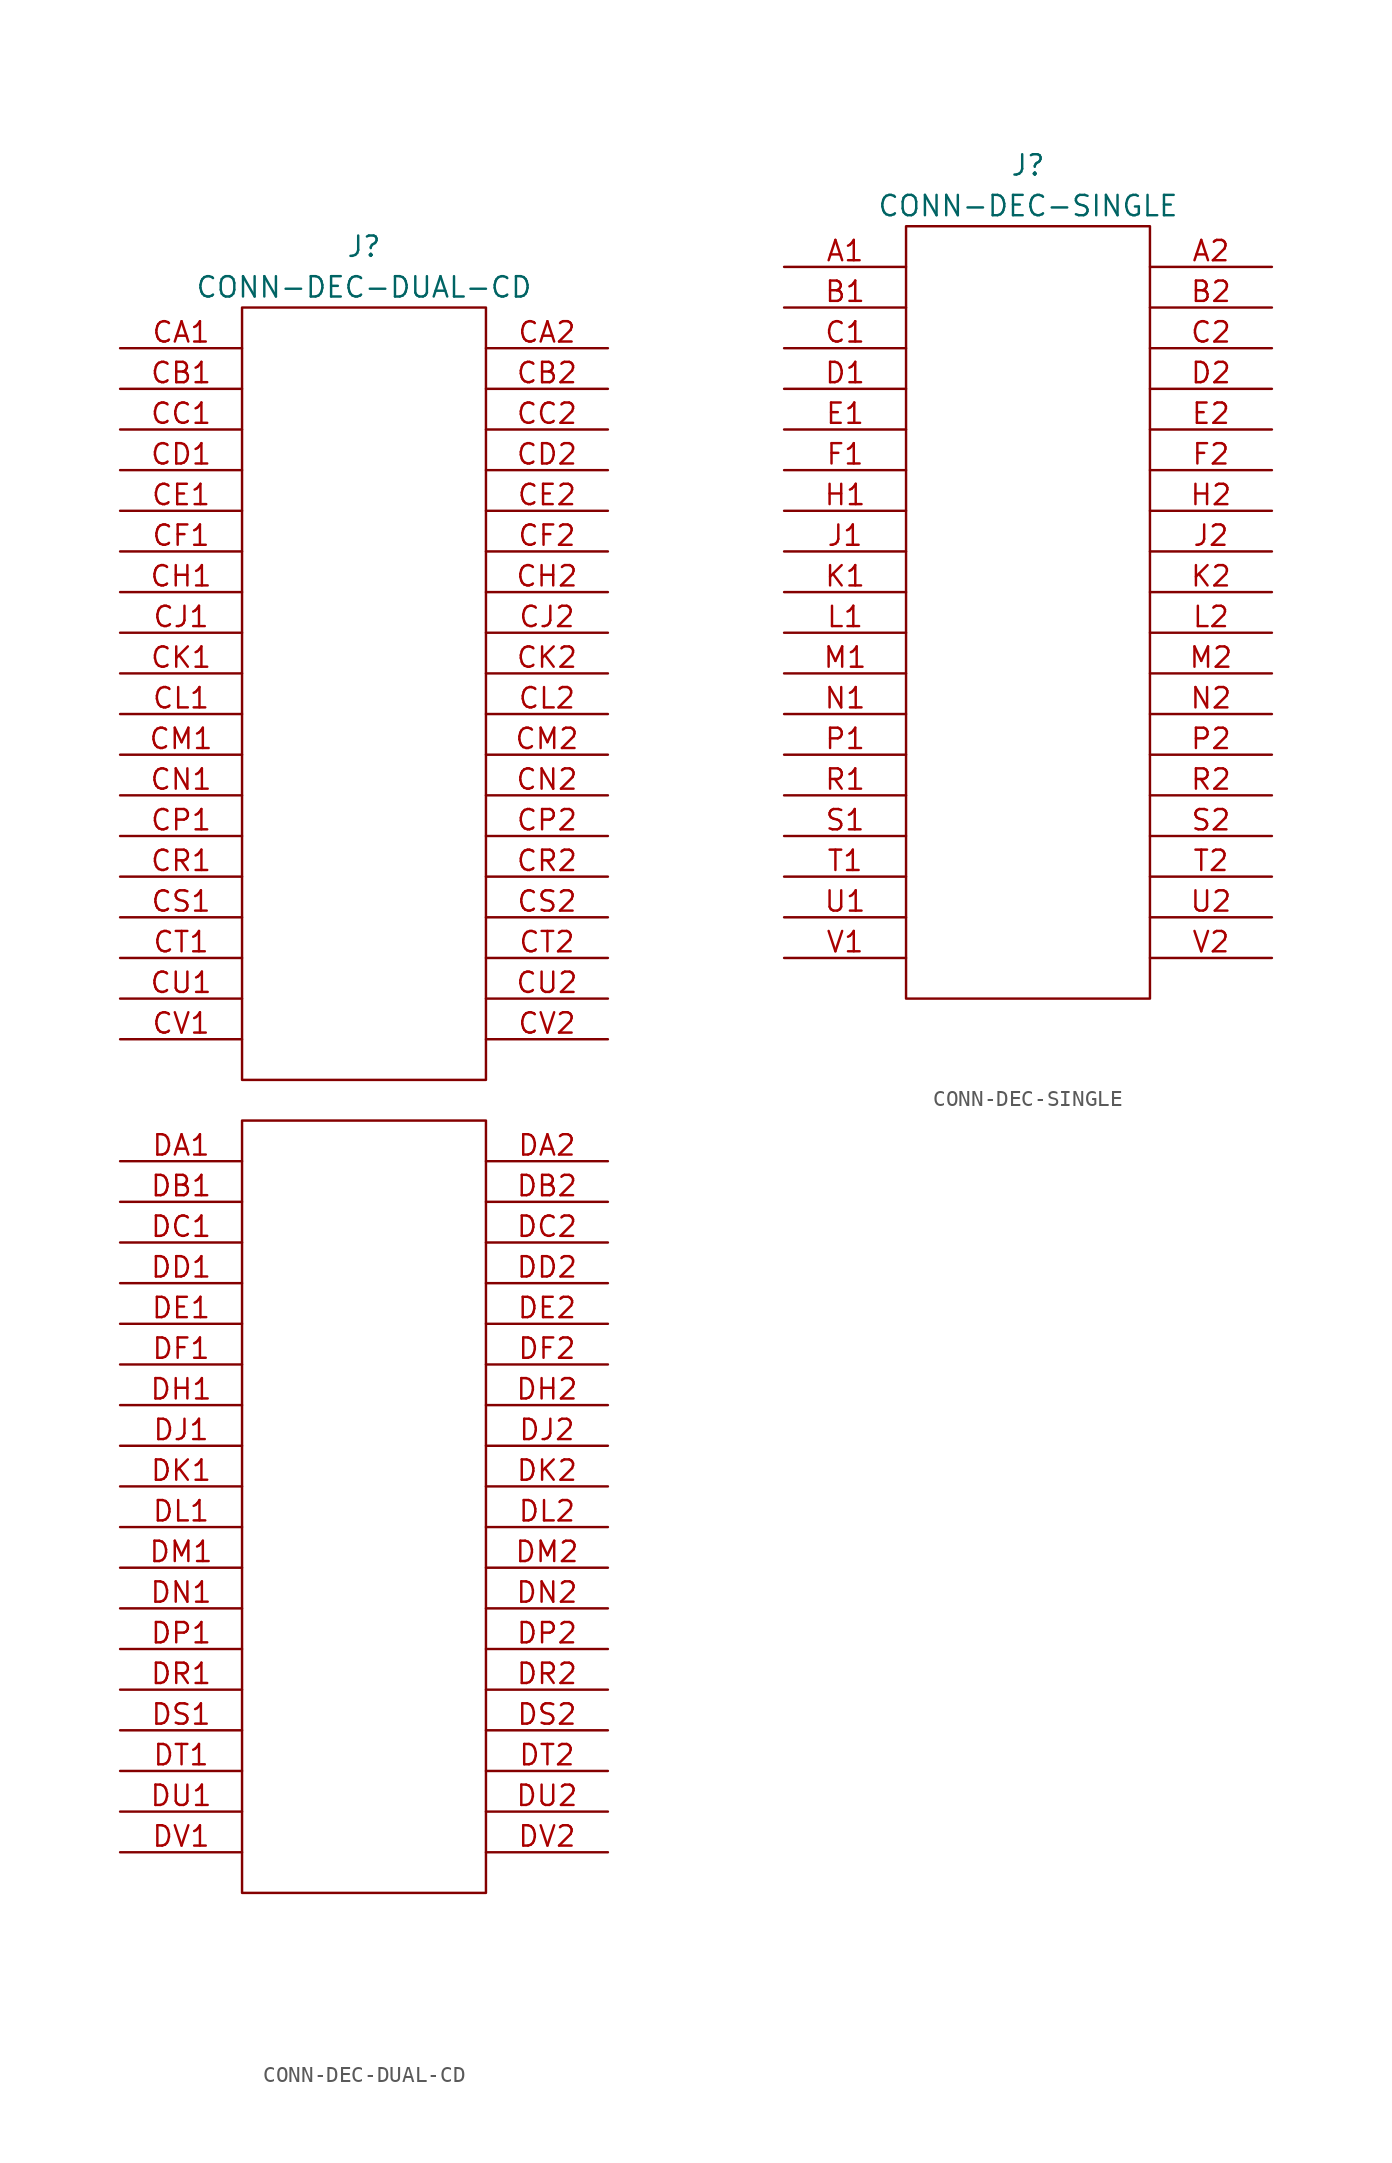
<source format=kicad_sym>
(kicad_symbol_lib
  (version 20220914)
  (generator kicad_symbol_editor)
  (symbol "CONN-DEC-DUAL-CD"
    (pin_names
      (offset 1.016) hide)
    (property "Reference" "J"
      (at 0 26.67 0)
      (effects (font (size 1.27 1.27))))
    (property "Value" "CONN-DEC-DUAL-CD"
      (at 0 24.13 0)
      (effects (font (size 1.27 1.27))))
    (property "Footprint" ""
      (at -5.08 24.13 0)
      (effects (font (size 1.524 1.524))))
    (property "Datasheet" ""
      (at -5.08 24.13 0)
      (effects (font (size 1.524 1.524))))
    (symbol "CONN-DEC-DUAL-CD_0_0"
      (rectangle (start -7.62 -76.2) (end 7.62 -27.94) (stroke (width 0) (type solid)) (fill (type none)))
      (rectangle (start -7.62 -25.4) (end 7.62 22.86) (stroke (width 0) (type solid)) (fill (type none))))
    (symbol "CONN-DEC-DUAL-CD_1_1"
      (pin passive line (at -15.24 20.32 0) (length 7.62) (name "~" (effects (font (size 1.27 1.27)))) (number "CA1" (effects (font (size 1.27 1.27)))))
      (pin passive line (at 15.24 20.32 180) (length 7.62) (name "~" (effects (font (size 1.27 1.27)))) (number "CA2" (effects (font (size 1.27 1.27)))))
      (pin passive line (at -15.24 17.78 0) (length 7.62) (name "~" (effects (font (size 1.27 1.27)))) (number "CB1" (effects (font (size 1.27 1.27)))))
      (pin passive line (at 15.24 17.78 180) (length 7.62) (name "~" (effects (font (size 1.27 1.27)))) (number "CB2" (effects (font (size 1.27 1.27)))))
      (pin passive line (at -15.24 15.24 0) (length 7.62) (name "~" (effects (font (size 1.27 1.27)))) (number "CC1" (effects (font (size 1.27 1.27)))))
      (pin passive line (at 15.24 15.24 180) (length 7.62) (name "~" (effects (font (size 1.27 1.27)))) (number "CC2" (effects (font (size 1.27 1.27)))))
      (pin passive line (at -15.24 12.7 0) (length 7.62) (name "~" (effects (font (size 1.27 1.27)))) (number "CD1" (effects (font (size 1.27 1.27)))))
      (pin passive line (at 15.24 12.7 180) (length 7.62) (name "~" (effects (font (size 1.27 1.27)))) (number "CD2" (effects (font (size 1.27 1.27)))))
      (pin passive line (at -15.24 10.16 0) (length 7.62) (name "~" (effects (font (size 1.27 1.27)))) (number "CE1" (effects (font (size 1.27 1.27)))))
      (pin passive line (at 15.24 10.16 180) (length 7.62) (name "~" (effects (font (size 1.27 1.27)))) (number "CE2" (effects (font (size 1.27 1.27)))))
      (pin passive line (at -15.24 7.62 0) (length 7.62) (name "~" (effects (font (size 1.27 1.27)))) (number "CF1" (effects (font (size 1.27 1.27)))))
      (pin passive line (at 15.24 7.62 180) (length 7.62) (name "~" (effects (font (size 1.27 1.27)))) (number "CF2" (effects (font (size 1.27 1.27)))))
      (pin passive line (at -15.24 5.08 0) (length 7.62) (name "~" (effects (font (size 1.27 1.27)))) (number "CH1" (effects (font (size 1.27 1.27)))))
      (pin passive line (at 15.24 5.08 180) (length 7.62) (name "~" (effects (font (size 1.27 1.27)))) (number "CH2" (effects (font (size 1.27 1.27)))))
      (pin passive line (at -15.24 2.54 0) (length 7.62) (name "~" (effects (font (size 1.27 1.27)))) (number "CJ1" (effects (font (size 1.27 1.27)))))
      (pin input line (at 15.24 2.54 180) (length 7.62) (name "~" (effects (font (size 1.27 1.27)))) (number "CJ2" (effects (font (size 1.27 1.27)))))
      (pin passive line (at -15.24 0 0) (length 7.62) (name "~" (effects (font (size 1.27 1.27)))) (number "CK1" (effects (font (size 1.27 1.27)))))
      (pin passive line (at 15.24 0 180) (length 7.62) (name "~" (effects (font (size 1.27 1.27)))) (number "CK2" (effects (font (size 1.27 1.27)))))
      (pin passive line (at -15.24 -2.54 0) (length 7.62) (name "~" (effects (font (size 1.27 1.27)))) (number "CL1" (effects (font (size 1.27 1.27)))))
      (pin passive line (at 15.24 -2.54 180) (length 7.62) (name "~" (effects (font (size 1.27 1.27)))) (number "CL2" (effects (font (size 1.27 1.27)))))
      (pin passive line (at -15.24 -5.08 0) (length 7.62) (name "~" (effects (font (size 1.27 1.27)))) (number "CM1" (effects (font (size 1.27 1.27)))))
      (pin passive line (at 15.24 -5.08 180) (length 7.62) (name "~" (effects (font (size 1.27 1.27)))) (number "CM2" (effects (font (size 1.27 1.27)))))
      (pin passive line (at -15.24 -7.62 0) (length 7.62) (name "~" (effects (font (size 1.27 1.27)))) (number "CN1" (effects (font (size 1.27 1.27)))))
      (pin passive line (at 15.24 -7.62 180) (length 7.62) (name "~" (effects (font (size 1.27 1.27)))) (number "CN2" (effects (font (size 1.27 1.27)))))
      (pin passive line (at -15.24 -10.16 0) (length 7.62) (name "~" (effects (font (size 1.27 1.27)))) (number "CP1" (effects (font (size 1.27 1.27)))))
      (pin passive line (at 15.24 -10.16 180) (length 7.62) (name "~" (effects (font (size 1.27 1.27)))) (number "CP2" (effects (font (size 1.27 1.27)))))
      (pin passive line (at -15.24 -12.7 0) (length 7.62) (name "~" (effects (font (size 1.27 1.27)))) (number "CR1" (effects (font (size 1.27 1.27)))))
      (pin passive line (at 15.24 -12.7 180) (length 7.62) (name "~" (effects (font (size 1.27 1.27)))) (number "CR2" (effects (font (size 1.27 1.27)))))
      (pin passive line (at -15.24 -15.24 0) (length 7.62) (name "~" (effects (font (size 1.27 1.27)))) (number "CS1" (effects (font (size 1.27 1.27)))))
      (pin passive line (at 15.24 -15.24 180) (length 7.62) (name "~" (effects (font (size 1.27 1.27)))) (number "CS2" (effects (font (size 1.27 1.27)))))
      (pin passive line (at -15.24 -17.78 0) (length 7.62) (name "~" (effects (font (size 1.27 1.27)))) (number "CT1" (effects (font (size 1.27 1.27)))))
      (pin passive line (at 15.24 -17.78 180) (length 7.62) (name "~" (effects (font (size 1.27 1.27)))) (number "CT2" (effects (font (size 1.27 1.27)))))
      (pin passive line (at -15.24 -20.32 0) (length 7.62) (name "~" (effects (font (size 1.27 1.27)))) (number "CU1" (effects (font (size 1.27 1.27)))))
      (pin passive line (at 15.24 -20.32 180) (length 7.62) (name "~" (effects (font (size 1.27 1.27)))) (number "CU2" (effects (font (size 1.27 1.27)))))
      (pin passive line (at -15.24 -22.86 0) (length 7.62) (name "~" (effects (font (size 1.27 1.27)))) (number "CV1" (effects (font (size 1.27 1.27)))))
      (pin passive line (at 15.24 -22.86 180) (length 7.62) (name "~" (effects (font (size 1.27 1.27)))) (number "CV2" (effects (font (size 1.27 1.27)))))
      (pin passive line (at -15.24 -30.48 0) (length 7.62) (name "~" (effects (font (size 1.27 1.27)))) (number "DA1" (effects (font (size 1.27 1.27)))))
      (pin passive line (at 15.24 -30.48 180) (length 7.62) (name "~" (effects (font (size 1.27 1.27)))) (number "DA2" (effects (font (size 1.27 1.27)))))
      (pin passive line (at -15.24 -33.02 0) (length 7.62) (name "~" (effects (font (size 1.27 1.27)))) (number "DB1" (effects (font (size 1.27 1.27)))))
      (pin passive line (at 15.24 -33.02 180) (length 7.62) (name "~" (effects (font (size 1.27 1.27)))) (number "DB2" (effects (font (size 1.27 1.27)))))
      (pin passive line (at -15.24 -35.56 0) (length 7.62) (name "~" (effects (font (size 1.27 1.27)))) (number "DC1" (effects (font (size 1.27 1.27)))))
      (pin passive line (at 15.24 -35.56 180) (length 7.62) (name "~" (effects (font (size 1.27 1.27)))) (number "DC2" (effects (font (size 1.27 1.27)))))
      (pin passive line (at -15.24 -38.1 0) (length 7.62) (name "~" (effects (font (size 1.27 1.27)))) (number "DD1" (effects (font (size 1.27 1.27)))))
      (pin passive line (at 15.24 -38.1 180) (length 7.62) (name "~" (effects (font (size 1.27 1.27)))) (number "DD2" (effects (font (size 1.27 1.27)))))
      (pin passive line (at -15.24 -40.64 0) (length 7.62) (name "~" (effects (font (size 1.27 1.27)))) (number "DE1" (effects (font (size 1.27 1.27)))))
      (pin passive line (at 15.24 -40.64 180) (length 7.62) (name "~" (effects (font (size 1.27 1.27)))) (number "DE2" (effects (font (size 1.27 1.27)))))
      (pin passive line (at -15.24 -43.18 0) (length 7.62) (name "~" (effects (font (size 1.27 1.27)))) (number "DF1" (effects (font (size 1.27 1.27)))))
      (pin passive line (at 15.24 -43.18 180) (length 7.62) (name "~" (effects (font (size 1.27 1.27)))) (number "DF2" (effects (font (size 1.27 1.27)))))
      (pin passive line (at -15.24 -45.72 0) (length 7.62) (name "~" (effects (font (size 1.27 1.27)))) (number "DH1" (effects (font (size 1.27 1.27)))))
      (pin passive line (at 15.24 -45.72 180) (length 7.62) (name "~" (effects (font (size 1.27 1.27)))) (number "DH2" (effects (font (size 1.27 1.27)))))
      (pin passive line (at -15.24 -48.26 0) (length 7.62) (name "~" (effects (font (size 1.27 1.27)))) (number "DJ1" (effects (font (size 1.27 1.27)))))
      (pin passive line (at 15.24 -48.26 180) (length 7.62) (name "~" (effects (font (size 1.27 1.27)))) (number "DJ2" (effects (font (size 1.27 1.27)))))
      (pin passive line (at -15.24 -50.8 0) (length 7.62) (name "~" (effects (font (size 1.27 1.27)))) (number "DK1" (effects (font (size 1.27 1.27)))))
      (pin passive line (at 15.24 -50.8 180) (length 7.62) (name "~" (effects (font (size 1.27 1.27)))) (number "DK2" (effects (font (size 1.27 1.27)))))
      (pin passive line (at -15.24 -53.34 0) (length 7.62) (name "~" (effects (font (size 1.27 1.27)))) (number "DL1" (effects (font (size 1.27 1.27)))))
      (pin passive line (at 15.24 -53.34 180) (length 7.62) (name "~" (effects (font (size 1.27 1.27)))) (number "DL2" (effects (font (size 1.27 1.27)))))
      (pin passive line (at -15.24 -55.88 0) (length 7.62) (name "~" (effects (font (size 1.27 1.27)))) (number "DM1" (effects (font (size 1.27 1.27)))))
      (pin passive line (at 15.24 -55.88 180) (length 7.62) (name "~" (effects (font (size 1.27 1.27)))) (number "DM2" (effects (font (size 1.27 1.27)))))
      (pin passive line (at -15.24 -58.42 0) (length 7.62) (name "~" (effects (font (size 1.27 1.27)))) (number "DN1" (effects (font (size 1.27 1.27)))))
      (pin passive line (at 15.24 -58.42 180) (length 7.62) (name "~" (effects (font (size 1.27 1.27)))) (number "DN2" (effects (font (size 1.27 1.27)))))
      (pin passive line (at -15.24 -60.96 0) (length 7.62) (name "~" (effects (font (size 1.27 1.27)))) (number "DP1" (effects (font (size 1.27 1.27)))))
      (pin passive line (at 15.24 -60.96 180) (length 7.62) (name "~" (effects (font (size 1.27 1.27)))) (number "DP2" (effects (font (size 1.27 1.27)))))
      (pin passive line (at -15.24 -63.5 0) (length 7.62) (name "~" (effects (font (size 1.27 1.27)))) (number "DR1" (effects (font (size 1.27 1.27)))))
      (pin passive line (at 15.24 -63.5 180) (length 7.62) (name "~" (effects (font (size 1.27 1.27)))) (number "DR2" (effects (font (size 1.27 1.27)))))
      (pin passive line (at -15.24 -66.04 0) (length 7.62) (name "~" (effects (font (size 1.27 1.27)))) (number "DS1" (effects (font (size 1.27 1.27)))))
      (pin passive line (at 15.24 -66.04 180) (length 7.62) (name "~" (effects (font (size 1.27 1.27)))) (number "DS2" (effects (font (size 1.27 1.27)))))
      (pin passive line (at -15.24 -68.58 0) (length 7.62) (name "~" (effects (font (size 1.27 1.27)))) (number "DT1" (effects (font (size 1.27 1.27)))))
      (pin passive line (at 15.24 -68.58 180) (length 7.62) (name "~" (effects (font (size 1.27 1.27)))) (number "DT2" (effects (font (size 1.27 1.27)))))
      (pin passive line (at -15.24 -71.12 0) (length 7.62) (name "~" (effects (font (size 1.27 1.27)))) (number "DU1" (effects (font (size 1.27 1.27)))))
      (pin passive line (at 15.24 -71.12 180) (length 7.62) (name "~" (effects (font (size 1.27 1.27)))) (number "DU2" (effects (font (size 1.27 1.27)))))
      (pin passive line (at -15.24 -73.66 0) (length 7.62) (name "~" (effects (font (size 1.27 1.27)))) (number "DV1" (effects (font (size 1.27 1.27)))))
      (pin open_collector line (at 15.24 -73.66 180) (length 7.62) (name "~" (effects (font (size 1.27 1.27)))) (number "DV2" (effects (font (size 1.27 1.27)))))))
  (symbol "CONN-DEC-SINGLE"
    (pin_names
      (offset 1.016) hide)
    (property "Reference" "J"
      (at 0 26.67 0)
      (effects (font (size 1.27 1.27))))
    (property "Value" "CONN-DEC-SINGLE"
      (at 0 24.13 0)
      (effects (font (size 1.27 1.27))))
    (property "Footprint" ""
      (at -5.08 24.13 0)
      (effects (font (size 1.524 1.524))))
    (property "Datasheet" ""
      (at -5.08 24.13 0)
      (effects (font (size 1.524 1.524))))
    (symbol "CONN-DEC-SINGLE_0_0"
      (rectangle (start -7.62 -25.4) (end 7.62 22.86) (stroke (width 0) (type solid)) (fill (type none))))
    (symbol "CONN-DEC-SINGLE_1_1"
      (pin passive line (at -15.24 20.32 0) (length 7.62) (name "~" (effects (font (size 1.27 1.27)))) (number "A1" (effects (font (size 1.27 1.27)))))
      (pin passive line (at 15.24 20.32 180) (length 7.62) (name "~" (effects (font (size 1.27 1.27)))) (number "A2" (effects (font (size 1.27 1.27)))))
      (pin passive line (at -15.24 17.78 0) (length 7.62) (name "~" (effects (font (size 1.27 1.27)))) (number "B1" (effects (font (size 1.27 1.27)))))
      (pin passive line (at 15.24 17.78 180) (length 7.62) (name "~" (effects (font (size 1.27 1.27)))) (number "B2" (effects (font (size 1.27 1.27)))))
      (pin passive line (at -15.24 15.24 0) (length 7.62) (name "~" (effects (font (size 1.27 1.27)))) (number "C1" (effects (font (size 1.27 1.27)))))
      (pin passive line (at 15.24 15.24 180) (length 7.62) (name "~" (effects (font (size 1.27 1.27)))) (number "C2" (effects (font (size 1.27 1.27)))))
      (pin passive line (at -15.24 12.7 0) (length 7.62) (name "~" (effects (font (size 1.27 1.27)))) (number "D1" (effects (font (size 1.27 1.27)))))
      (pin passive line (at 15.24 12.7 180) (length 7.62) (name "~" (effects (font (size 1.27 1.27)))) (number "D2" (effects (font (size 1.27 1.27)))))
      (pin passive line (at -15.24 10.16 0) (length 7.62) (name "~" (effects (font (size 1.27 1.27)))) (number "E1" (effects (font (size 1.27 1.27)))))
      (pin passive line (at 15.24 10.16 180) (length 7.62) (name "~" (effects (font (size 1.27 1.27)))) (number "E2" (effects (font (size 1.27 1.27)))))
      (pin passive line (at -15.24 7.62 0) (length 7.62) (name "~" (effects (font (size 1.27 1.27)))) (number "F1" (effects (font (size 1.27 1.27)))))
      (pin passive line (at 15.24 7.62 180) (length 7.62) (name "~" (effects (font (size 1.27 1.27)))) (number "F2" (effects (font (size 1.27 1.27)))))
      (pin passive line (at -15.24 5.08 0) (length 7.62) (name "~" (effects (font (size 1.27 1.27)))) (number "H1" (effects (font (size 1.27 1.27)))))
      (pin passive line (at 15.24 5.08 180) (length 7.62) (name "~" (effects (font (size 1.27 1.27)))) (number "H2" (effects (font (size 1.27 1.27)))))
      (pin passive line (at -15.24 2.54 0) (length 7.62) (name "~" (effects (font (size 1.27 1.27)))) (number "J1" (effects (font (size 1.27 1.27)))))
      (pin input line (at 15.24 2.54 180) (length 7.62) (name "~" (effects (font (size 1.27 1.27)))) (number "J2" (effects (font (size 1.27 1.27)))))
      (pin passive line (at -15.24 0 0) (length 7.62) (name "~" (effects (font (size 1.27 1.27)))) (number "K1" (effects (font (size 1.27 1.27)))))
      (pin passive line (at 15.24 0 180) (length 7.62) (name "~" (effects (font (size 1.27 1.27)))) (number "K2" (effects (font (size 1.27 1.27)))))
      (pin passive line (at -15.24 -2.54 0) (length 7.62) (name "~" (effects (font (size 1.27 1.27)))) (number "L1" (effects (font (size 1.27 1.27)))))
      (pin passive line (at 15.24 -2.54 180) (length 7.62) (name "~" (effects (font (size 1.27 1.27)))) (number "L2" (effects (font (size 1.27 1.27)))))
      (pin passive line (at -15.24 -5.08 0) (length 7.62) (name "~" (effects (font (size 1.27 1.27)))) (number "M1" (effects (font (size 1.27 1.27)))))
      (pin passive line (at 15.24 -5.08 180) (length 7.62) (name "~" (effects (font (size 1.27 1.27)))) (number "M2" (effects (font (size 1.27 1.27)))))
      (pin passive line (at -15.24 -7.62 0) (length 7.62) (name "~" (effects (font (size 1.27 1.27)))) (number "N1" (effects (font (size 1.27 1.27)))))
      (pin passive line (at 15.24 -7.62 180) (length 7.62) (name "~" (effects (font (size 1.27 1.27)))) (number "N2" (effects (font (size 1.27 1.27)))))
      (pin passive line (at -15.24 -10.16 0) (length 7.62) (name "~" (effects (font (size 1.27 1.27)))) (number "P1" (effects (font (size 1.27 1.27)))))
      (pin passive line (at 15.24 -10.16 180) (length 7.62) (name "~" (effects (font (size 1.27 1.27)))) (number "P2" (effects (font (size 1.27 1.27)))))
      (pin passive line (at -15.24 -12.7 0) (length 7.62) (name "~" (effects (font (size 1.27 1.27)))) (number "R1" (effects (font (size 1.27 1.27)))))
      (pin passive line (at 15.24 -12.7 180) (length 7.62) (name "~" (effects (font (size 1.27 1.27)))) (number "R2" (effects (font (size 1.27 1.27)))))
      (pin passive line (at -15.24 -15.24 0) (length 7.62) (name "~" (effects (font (size 1.27 1.27)))) (number "S1" (effects (font (size 1.27 1.27)))))
      (pin passive line (at 15.24 -15.24 180) (length 7.62) (name "~" (effects (font (size 1.27 1.27)))) (number "S2" (effects (font (size 1.27 1.27)))))
      (pin passive line (at -15.24 -17.78 0) (length 7.62) (name "~" (effects (font (size 1.27 1.27)))) (number "T1" (effects (font (size 1.27 1.27)))))
      (pin passive line (at 15.24 -17.78 180) (length 7.62) (name "~" (effects (font (size 1.27 1.27)))) (number "T2" (effects (font (size 1.27 1.27)))))
      (pin passive line (at -15.24 -20.32 0) (length 7.62) (name "~" (effects (font (size 1.27 1.27)))) (number "U1" (effects (font (size 1.27 1.27)))))
      (pin passive line (at 15.24 -20.32 180) (length 7.62) (name "~" (effects (font (size 1.27 1.27)))) (number "U2" (effects (font (size 1.27 1.27)))))
      (pin passive line (at -15.24 -22.86 0) (length 7.62) (name "~" (effects (font (size 1.27 1.27)))) (number "V1" (effects (font (size 1.27 1.27)))))
      (pin passive line (at 15.24 -22.86 180) (length 7.62) (name "~" (effects (font (size 1.27 1.27)))) (number "V2" (effects (font (size 1.27 1.27))))))))
</source>
